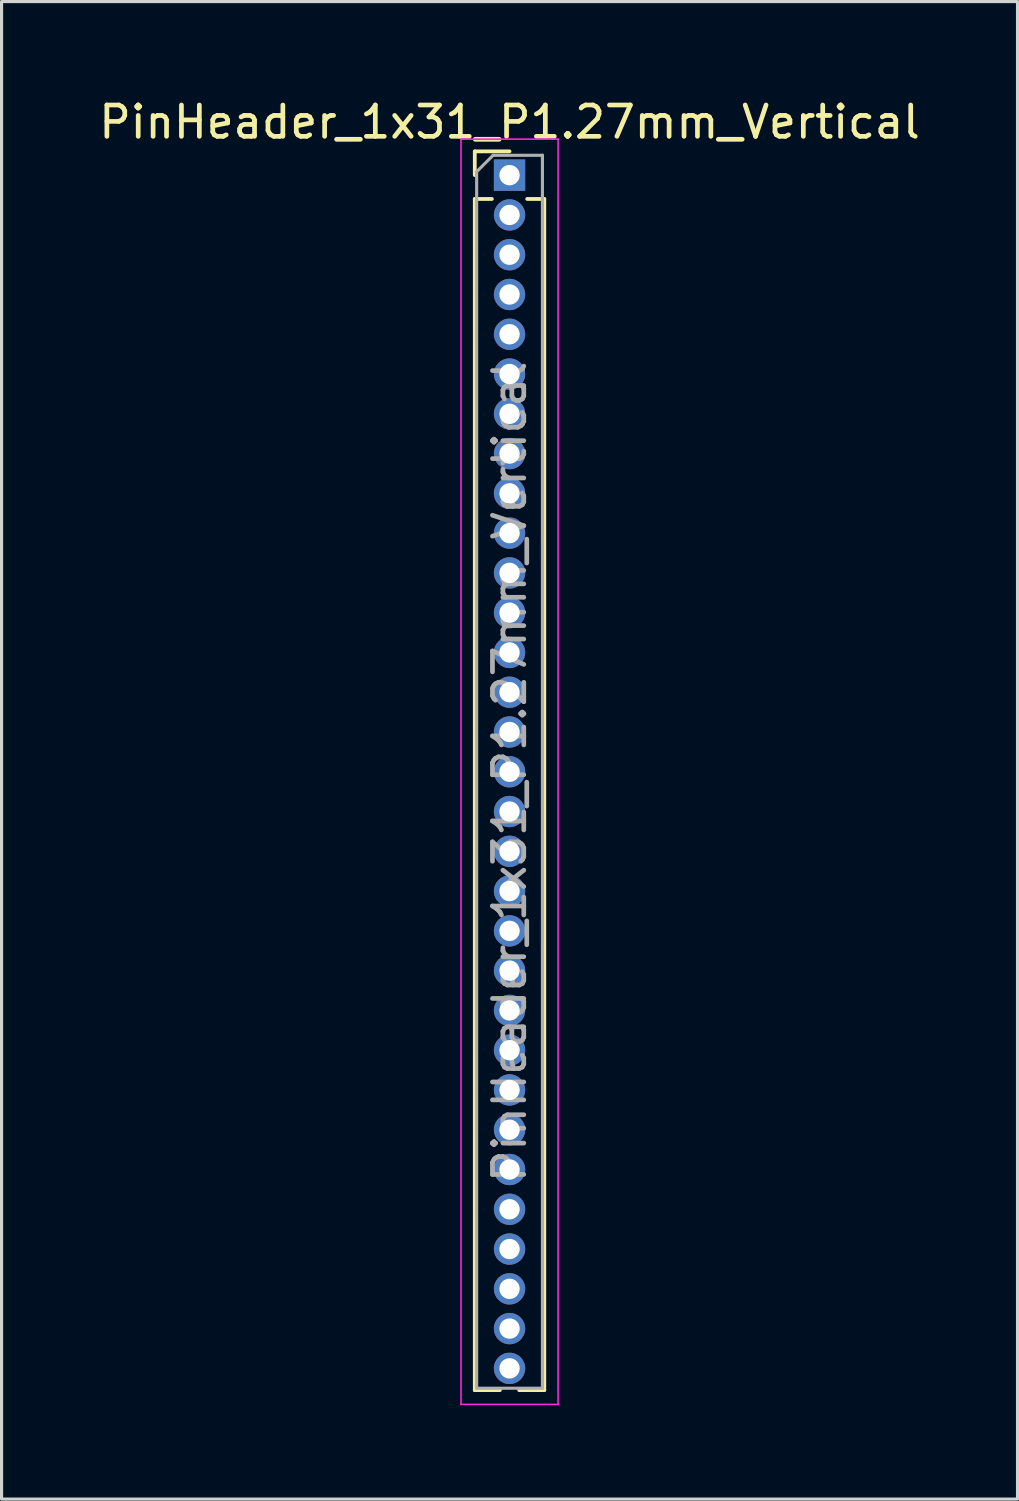
<source format=kicad_pcb>
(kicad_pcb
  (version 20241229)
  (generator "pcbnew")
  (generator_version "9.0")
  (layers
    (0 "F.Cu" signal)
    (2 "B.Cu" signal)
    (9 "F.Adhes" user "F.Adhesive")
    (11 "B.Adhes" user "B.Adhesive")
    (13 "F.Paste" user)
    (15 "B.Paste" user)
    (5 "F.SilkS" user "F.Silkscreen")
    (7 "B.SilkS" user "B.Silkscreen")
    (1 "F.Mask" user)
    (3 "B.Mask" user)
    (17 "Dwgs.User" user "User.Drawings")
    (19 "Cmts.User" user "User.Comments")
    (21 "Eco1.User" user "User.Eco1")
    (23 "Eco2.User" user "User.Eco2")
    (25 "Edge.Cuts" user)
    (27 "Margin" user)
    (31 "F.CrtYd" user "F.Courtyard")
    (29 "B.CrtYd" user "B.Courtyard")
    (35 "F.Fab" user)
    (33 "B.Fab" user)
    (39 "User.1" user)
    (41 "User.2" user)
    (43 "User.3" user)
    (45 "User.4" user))
  (footprint "PinHeader_1x31_P1.27mm_Vertical"
    (layer "F.Cu")
    (at 13.22 2.543)
    (property "Reference" "PinHeader_1x31_P1.27mm_Vertical" (at 0 -1.695 0) (layer "F.SilkS") (effects (font (size 1 1) (thickness 0.15))))
    (attr through_hole)
    (fp_line (start -1.11 -0.76) (end 0 -0.76) (stroke (width 0.12) (type solid)) (layer "F.SilkS"))
    (fp_line (start -1.11 0) (end -1.11 -0.76) (stroke (width 0.12) (type solid)) (layer "F.SilkS"))
    (fp_line (start -1.11 0.76) (end -1.11 38.795) (stroke (width 0.12) (type solid)) (layer "F.SilkS"))
    (fp_line (start -1.11 0.76) (end -0.563 0.76) (stroke (width 0.12) (type solid)) (layer "F.SilkS"))
    (fp_line (start -1.11 38.795) (end -0.308 38.795) (stroke (width 0.12) (type solid)) (layer "F.SilkS"))
    (fp_line (start 0.308 38.795) (end 1.11 38.795) (stroke (width 0.12) (type solid)) (layer "F.SilkS"))
    (fp_line (start 0.563 0.76) (end 1.11 0.76) (stroke (width 0.12) (type solid)) (layer "F.SilkS"))
    (fp_line (start 1.11 0.76) (end 1.11 38.795) (stroke (width 0.12) (type solid)) (layer "F.SilkS"))
    (fp_line (start -1.55 -1.15) (end -1.55 39.25) (stroke (width 0.05) (type solid)) (layer "F.CrtYd"))
    (fp_line (start -1.55 39.25) (end 1.55 39.25) (stroke (width 0.05) (type solid)) (layer "F.CrtYd"))
    (fp_line (start 1.55 -1.15) (end -1.55 -1.15) (stroke (width 0.05) (type solid)) (layer "F.CrtYd"))
    (fp_line (start 1.55 39.25) (end 1.55 -1.15) (stroke (width 0.05) (type solid)) (layer "F.CrtYd"))
    (fp_line (start -1.05 -0.11) (end -0.525 -0.635) (stroke (width 0.1) (type solid)) (layer "F.Fab"))
    (fp_line (start -1.05 38.735) (end -1.05 -0.11) (stroke (width 0.1) (type solid)) (layer "F.Fab"))
    (fp_line (start -0.525 -0.635) (end 1.05 -0.635) (stroke (width 0.1) (type solid)) (layer "F.Fab"))
    (fp_line (start 1.05 -0.635) (end 1.05 38.735) (stroke (width 0.1) (type solid)) (layer "F.Fab"))
    (fp_line (start 1.05 38.735) (end -1.05 38.735) (stroke (width 0.1) (type solid)) (layer "F.Fab"))
    (fp_text user "${REFERENCE}" (at 0 19.05 90) (layer "F.Fab") (effects (font (size 1 1) (thickness 0.15))))
    (pad "1" thru_hole rect (at 0 0) (size 1 1) (drill 0.65) (layers "*.Cu" "*.Mask"))
    (pad "2" thru_hole oval (at 0 1.27) (size 1 1) (drill 0.65) (layers "*.Cu" "*.Mask"))
    (pad "3" thru_hole oval (at 0 2.54) (size 1 1) (drill 0.65) (layers "*.Cu" "*.Mask"))
    (pad "4" thru_hole oval (at 0 3.81) (size 1 1) (drill 0.65) (layers "*.Cu" "*.Mask"))
    (pad "5" thru_hole oval (at 0 5.08) (size 1 1) (drill 0.65) (layers "*.Cu" "*.Mask"))
    (pad "6" thru_hole oval (at 0 6.35) (size 1 1) (drill 0.65) (layers "*.Cu" "*.Mask"))
    (pad "7" thru_hole oval (at 0 7.62) (size 1 1) (drill 0.65) (layers "*.Cu" "*.Mask"))
    (pad "8" thru_hole oval (at 0 8.89) (size 1 1) (drill 0.65) (layers "*.Cu" "*.Mask"))
    (pad "9" thru_hole oval (at 0 10.16) (size 1 1) (drill 0.65) (layers "*.Cu" "*.Mask"))
    (pad "10" thru_hole oval (at 0 11.43) (size 1 1) (drill 0.65) (layers "*.Cu" "*.Mask"))
    (pad "11" thru_hole oval (at 0 12.7) (size 1 1) (drill 0.65) (layers "*.Cu" "*.Mask"))
    (pad "12" thru_hole oval (at 0 13.97) (size 1 1) (drill 0.65) (layers "*.Cu" "*.Mask"))
    (pad "13" thru_hole oval (at 0 15.24) (size 1 1) (drill 0.65) (layers "*.Cu" "*.Mask"))
    (pad "14" thru_hole oval (at 0 16.51) (size 1 1) (drill 0.65) (layers "*.Cu" "*.Mask"))
    (pad "15" thru_hole oval (at 0 17.78) (size 1 1) (drill 0.65) (layers "*.Cu" "*.Mask"))
    (pad "16" thru_hole oval (at 0 19.05) (size 1 1) (drill 0.65) (layers "*.Cu" "*.Mask"))
    (pad "17" thru_hole oval (at 0 20.32) (size 1 1) (drill 0.65) (layers "*.Cu" "*.Mask"))
    (pad "18" thru_hole oval (at 0 21.59) (size 1 1) (drill 0.65) (layers "*.Cu" "*.Mask"))
    (pad "19" thru_hole oval (at 0 22.86) (size 1 1) (drill 0.65) (layers "*.Cu" "*.Mask"))
    (pad "20" thru_hole oval (at 0 24.13) (size 1 1) (drill 0.65) (layers "*.Cu" "*.Mask"))
    (pad "21" thru_hole oval (at 0 25.4) (size 1 1) (drill 0.65) (layers "*.Cu" "*.Mask"))
    (pad "22" thru_hole oval (at 0 26.67) (size 1 1) (drill 0.65) (layers "*.Cu" "*.Mask"))
    (pad "23" thru_hole oval (at 0 27.94) (size 1 1) (drill 0.65) (layers "*.Cu" "*.Mask"))
    (pad "24" thru_hole oval (at 0 29.21) (size 1 1) (drill 0.65) (layers "*.Cu" "*.Mask"))
    (pad "25" thru_hole oval (at 0 30.48) (size 1 1) (drill 0.65) (layers "*.Cu" "*.Mask"))
    (pad "26" thru_hole oval (at 0 31.75) (size 1 1) (drill 0.65) (layers "*.Cu" "*.Mask"))
    (pad "27" thru_hole oval (at 0 33.02) (size 1 1) (drill 0.65) (layers "*.Cu" "*.Mask"))
    (pad "28" thru_hole oval (at 0 34.29) (size 1 1) (drill 0.65) (layers "*.Cu" "*.Mask"))
    (pad "29" thru_hole oval (at 0 35.56) (size 1 1) (drill 0.65) (layers "*.Cu" "*.Mask"))
    (pad "30" thru_hole oval (at 0 36.83) (size 1 1) (drill 0.65) (layers "*.Cu" "*.Mask"))
    (pad "31" thru_hole oval (at 0 38.1) (size 1 1) (drill 0.65) (layers "*.Cu" "*.Mask")))
  (gr_rect
    (start -3 -3)
    (end 29.44 44.818)
    (stroke (width 0.1) (type default))
    (fill no)
    (layer "Edge.Cuts")))
</source>
